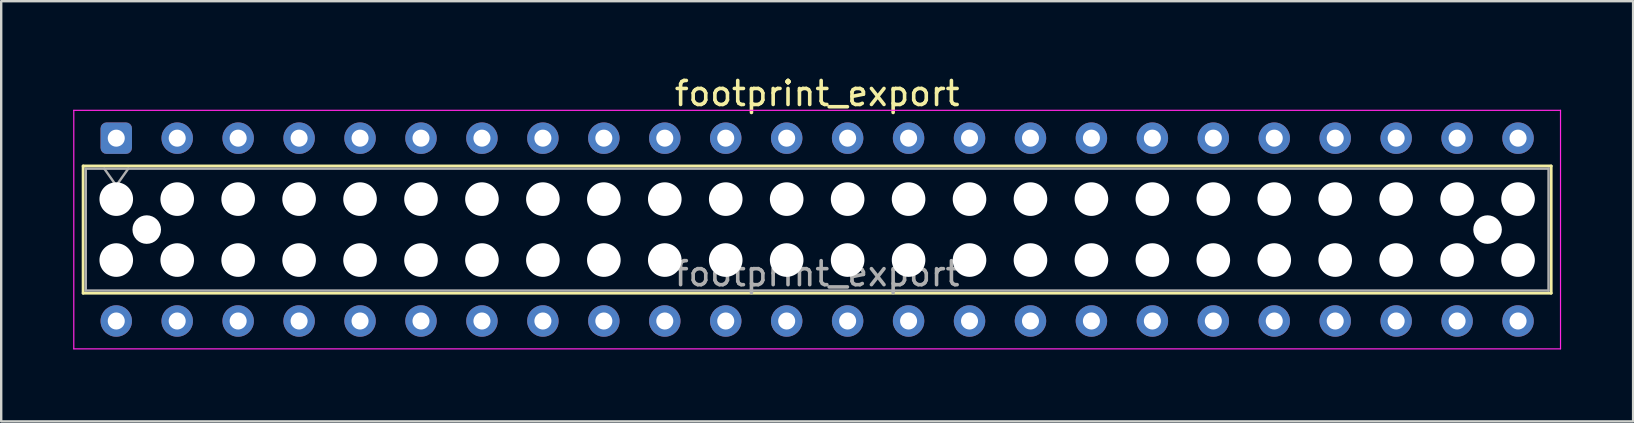
<source format=kicad_pcb>
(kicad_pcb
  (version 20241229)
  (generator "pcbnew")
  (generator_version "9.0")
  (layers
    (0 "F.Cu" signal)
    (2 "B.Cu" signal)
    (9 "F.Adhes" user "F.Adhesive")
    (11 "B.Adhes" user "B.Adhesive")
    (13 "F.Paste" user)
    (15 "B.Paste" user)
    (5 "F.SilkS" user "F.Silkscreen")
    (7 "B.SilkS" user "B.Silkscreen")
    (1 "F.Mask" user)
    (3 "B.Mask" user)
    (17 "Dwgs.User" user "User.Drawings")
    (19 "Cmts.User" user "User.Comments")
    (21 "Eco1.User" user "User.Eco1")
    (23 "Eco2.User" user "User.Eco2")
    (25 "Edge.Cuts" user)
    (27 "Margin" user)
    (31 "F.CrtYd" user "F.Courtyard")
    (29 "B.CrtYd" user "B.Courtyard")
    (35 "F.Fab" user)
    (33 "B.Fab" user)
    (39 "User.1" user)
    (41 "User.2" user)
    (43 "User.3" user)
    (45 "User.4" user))
  (footprint "footprint_export"
    (layer "F.Cu")
    (at 1.795 2.708)
    (property "Reference" "footprint_export" (at 29.21 -1.86 0) (layer "F.SilkS") (effects (font (size 1 1) (thickness 0.15))))
    (attr through_hole)
    (fp_line (start -1.38 1.16) (end 59.8 1.16) (stroke (width 0.12) (type solid)) (layer "F.SilkS"))
    (fp_line (start -1.38 6.46) (end -1.38 1.16) (stroke (width 0.12) (type solid)) (layer "F.SilkS"))
    (fp_line (start 59.8 1.16) (end 59.8 6.46) (stroke (width 0.12) (type solid)) (layer "F.SilkS"))
    (fp_line (start 59.8 6.46) (end -1.38 6.46) (stroke (width 0.12) (type solid)) (layer "F.SilkS"))
    (fp_line (start -1.77 -1.16) (end 60.19 -1.16) (stroke (width 0.05) (type solid)) (layer "F.CrtYd"))
    (fp_line (start -1.77 8.78) (end -1.77 -1.16) (stroke (width 0.05) (type solid)) (layer "F.CrtYd"))
    (fp_line (start 60.19 -1.16) (end 60.19 8.78) (stroke (width 0.05) (type solid)) (layer "F.CrtYd"))
    (fp_line (start 60.19 8.78) (end -1.77 8.78) (stroke (width 0.05) (type solid)) (layer "F.CrtYd"))
    (fp_line (start -1.27 1.27) (end 59.69 1.27) (stroke (width 0.1) (type solid)) (layer "F.Fab"))
    (fp_line (start -1.27 6.35) (end -1.27 1.27) (stroke (width 0.1) (type solid)) (layer "F.Fab"))
    (fp_line (start -0.5 1.27) (end 0 1.977) (stroke (width 0.1) (type solid)) (layer "F.Fab"))
    (fp_line (start 0 1.977) (end 0.5 1.27) (stroke (width 0.1) (type solid)) (layer "F.Fab"))
    (fp_line (start 59.69 1.27) (end 59.69 6.35) (stroke (width 0.1) (type solid)) (layer "F.Fab"))
    (fp_line (start 59.69 6.35) (end -1.27 6.35) (stroke (width 0.1) (type solid)) (layer "F.Fab"))
    (fp_text user "${REFERENCE}" (at 29.21 5.65 0) (layer "F.Fab") (effects (font (size 1 1) (thickness 0.15))))
    (pad "" np_thru_hole circle (at 0 2.54) (size 1.4 1.4) (drill 1.4) (layers "*.Cu" "*.Mask"))
    (pad "" np_thru_hole circle (at 0 5.08) (size 1.4 1.4) (drill 1.4) (layers "*.Cu" "*.Mask"))
    (pad "" np_thru_hole circle (at 1.27 3.81) (size 1.19 1.19) (drill 1.19) (layers "*.Cu" "*.Mask"))
    (pad "" np_thru_hole circle (at 2.54 2.54) (size 1.4 1.4) (drill 1.4) (layers "*.Cu" "*.Mask"))
    (pad "" np_thru_hole circle (at 2.54 5.08) (size 1.4 1.4) (drill 1.4) (layers "*.Cu" "*.Mask"))
    (pad "" np_thru_hole circle (at 5.08 2.54) (size 1.4 1.4) (drill 1.4) (layers "*.Cu" "*.Mask"))
    (pad "" np_thru_hole circle (at 5.08 5.08) (size 1.4 1.4) (drill 1.4) (layers "*.Cu" "*.Mask"))
    (pad "" np_thru_hole circle (at 7.62 2.54) (size 1.4 1.4) (drill 1.4) (layers "*.Cu" "*.Mask"))
    (pad "" np_thru_hole circle (at 7.62 5.08) (size 1.4 1.4) (drill 1.4) (layers "*.Cu" "*.Mask"))
    (pad "" np_thru_hole circle (at 10.16 2.54) (size 1.4 1.4) (drill 1.4) (layers "*.Cu" "*.Mask"))
    (pad "" np_thru_hole circle (at 10.16 5.08) (size 1.4 1.4) (drill 1.4) (layers "*.Cu" "*.Mask"))
    (pad "" np_thru_hole circle (at 12.7 2.54) (size 1.4 1.4) (drill 1.4) (layers "*.Cu" "*.Mask"))
    (pad "" np_thru_hole circle (at 12.7 5.08) (size 1.4 1.4) (drill 1.4) (layers "*.Cu" "*.Mask"))
    (pad "" np_thru_hole circle (at 15.24 2.54) (size 1.4 1.4) (drill 1.4) (layers "*.Cu" "*.Mask"))
    (pad "" np_thru_hole circle (at 15.24 5.08) (size 1.4 1.4) (drill 1.4) (layers "*.Cu" "*.Mask"))
    (pad "" np_thru_hole circle (at 17.78 2.54) (size 1.4 1.4) (drill 1.4) (layers "*.Cu" "*.Mask"))
    (pad "" np_thru_hole circle (at 17.78 5.08) (size 1.4 1.4) (drill 1.4) (layers "*.Cu" "*.Mask"))
    (pad "" np_thru_hole circle (at 20.32 2.54) (size 1.4 1.4) (drill 1.4) (layers "*.Cu" "*.Mask"))
    (pad "" np_thru_hole circle (at 20.32 5.08) (size 1.4 1.4) (drill 1.4) (layers "*.Cu" "*.Mask"))
    (pad "" np_thru_hole circle (at 22.86 2.54) (size 1.4 1.4) (drill 1.4) (layers "*.Cu" "*.Mask"))
    (pad "" np_thru_hole circle (at 22.86 5.08) (size 1.4 1.4) (drill 1.4) (layers "*.Cu" "*.Mask"))
    (pad "" np_thru_hole circle (at 25.4 2.54) (size 1.4 1.4) (drill 1.4) (layers "*.Cu" "*.Mask"))
    (pad "" np_thru_hole circle (at 25.4 5.08) (size 1.4 1.4) (drill 1.4) (layers "*.Cu" "*.Mask"))
    (pad "" np_thru_hole circle (at 27.94 2.54) (size 1.4 1.4) (drill 1.4) (layers "*.Cu" "*.Mask"))
    (pad "" np_thru_hole circle (at 27.94 5.08) (size 1.4 1.4) (drill 1.4) (layers "*.Cu" "*.Mask"))
    (pad "" np_thru_hole circle (at 30.48 2.54) (size 1.4 1.4) (drill 1.4) (layers "*.Cu" "*.Mask"))
    (pad "" np_thru_hole circle (at 30.48 5.08) (size 1.4 1.4) (drill 1.4) (layers "*.Cu" "*.Mask"))
    (pad "" np_thru_hole circle (at 33.02 2.54) (size 1.4 1.4) (drill 1.4) (layers "*.Cu" "*.Mask"))
    (pad "" np_thru_hole circle (at 33.02 5.08) (size 1.4 1.4) (drill 1.4) (layers "*.Cu" "*.Mask"))
    (pad "" np_thru_hole circle (at 35.56 2.54) (size 1.4 1.4) (drill 1.4) (layers "*.Cu" "*.Mask"))
    (pad "" np_thru_hole circle (at 35.56 5.08) (size 1.4 1.4) (drill 1.4) (layers "*.Cu" "*.Mask"))
    (pad "" np_thru_hole circle (at 38.1 2.54) (size 1.4 1.4) (drill 1.4) (layers "*.Cu" "*.Mask"))
    (pad "" np_thru_hole circle (at 38.1 5.08) (size 1.4 1.4) (drill 1.4) (layers "*.Cu" "*.Mask"))
    (pad "" np_thru_hole circle (at 40.64 2.54) (size 1.4 1.4) (drill 1.4) (layers "*.Cu" "*.Mask"))
    (pad "" np_thru_hole circle (at 40.64 5.08) (size 1.4 1.4) (drill 1.4) (layers "*.Cu" "*.Mask"))
    (pad "" np_thru_hole circle (at 43.18 2.54) (size 1.4 1.4) (drill 1.4) (layers "*.Cu" "*.Mask"))
    (pad "" np_thru_hole circle (at 43.18 5.08) (size 1.4 1.4) (drill 1.4) (layers "*.Cu" "*.Mask"))
    (pad "" np_thru_hole circle (at 45.72 2.54) (size 1.4 1.4) (drill 1.4) (layers "*.Cu" "*.Mask"))
    (pad "" np_thru_hole circle (at 45.72 5.08) (size 1.4 1.4) (drill 1.4) (layers "*.Cu" "*.Mask"))
    (pad "" np_thru_hole circle (at 48.26 2.54) (size 1.4 1.4) (drill 1.4) (layers "*.Cu" "*.Mask"))
    (pad "" np_thru_hole circle (at 48.26 5.08) (size 1.4 1.4) (drill 1.4) (layers "*.Cu" "*.Mask"))
    (pad "" np_thru_hole circle (at 50.8 2.54) (size 1.4 1.4) (drill 1.4) (layers "*.Cu" "*.Mask"))
    (pad "" np_thru_hole circle (at 50.8 5.08) (size 1.4 1.4) (drill 1.4) (layers "*.Cu" "*.Mask"))
    (pad "" np_thru_hole circle (at 53.34 2.54) (size 1.4 1.4) (drill 1.4) (layers "*.Cu" "*.Mask"))
    (pad "" np_thru_hole circle (at 53.34 5.08) (size 1.4 1.4) (drill 1.4) (layers "*.Cu" "*.Mask"))
    (pad "" np_thru_hole circle (at 55.88 2.54) (size 1.4 1.4) (drill 1.4) (layers "*.Cu" "*.Mask"))
    (pad "" np_thru_hole circle (at 55.88 5.08) (size 1.4 1.4) (drill 1.4) (layers "*.Cu" "*.Mask"))
    (pad "" np_thru_hole circle (at 57.15 3.81) (size 1.19 1.19) (drill 1.19) (layers "*.Cu" "*.Mask"))
    (pad "" np_thru_hole circle (at 58.42 2.54) (size 1.4 1.4) (drill 1.4) (layers "*.Cu" "*.Mask"))
    (pad "" np_thru_hole circle (at 58.42 5.08) (size 1.4 1.4) (drill 1.4) (layers "*.Cu" "*.Mask"))
    (pad "1" thru_hole roundrect (at 0 0) (size 1.31 1.31) (drill 0.71) (layers "*.Cu" "*.Mask") (roundrect_rratio 0.191))
    (pad "2" thru_hole circle (at 0 7.62) (size 1.31 1.31) (drill 0.71) (layers "*.Cu" "*.Mask"))
    (pad "3" thru_hole circle (at 2.54 0) (size 1.31 1.31) (drill 0.71) (layers "*.Cu" "*.Mask"))
    (pad "4" thru_hole circle (at 2.54 7.62) (size 1.31 1.31) (drill 0.71) (layers "*.Cu" "*.Mask"))
    (pad "5" thru_hole circle (at 5.08 0) (size 1.31 1.31) (drill 0.71) (layers "*.Cu" "*.Mask"))
    (pad "6" thru_hole circle (at 5.08 7.62) (size 1.31 1.31) (drill 0.71) (layers "*.Cu" "*.Mask"))
    (pad "7" thru_hole circle (at 7.62 0) (size 1.31 1.31) (drill 0.71) (layers "*.Cu" "*.Mask"))
    (pad "8" thru_hole circle (at 7.62 7.62) (size 1.31 1.31) (drill 0.71) (layers "*.Cu" "*.Mask"))
    (pad "9" thru_hole circle (at 10.16 0) (size 1.31 1.31) (drill 0.71) (layers "*.Cu" "*.Mask"))
    (pad "10" thru_hole circle (at 10.16 7.62) (size 1.31 1.31) (drill 0.71) (layers "*.Cu" "*.Mask"))
    (pad "11" thru_hole circle (at 12.7 0) (size 1.31 1.31) (drill 0.71) (layers "*.Cu" "*.Mask"))
    (pad "12" thru_hole circle (at 12.7 7.62) (size 1.31 1.31) (drill 0.71) (layers "*.Cu" "*.Mask"))
    (pad "13" thru_hole circle (at 15.24 0) (size 1.31 1.31) (drill 0.71) (layers "*.Cu" "*.Mask"))
    (pad "14" thru_hole circle (at 15.24 7.62) (size 1.31 1.31) (drill 0.71) (layers "*.Cu" "*.Mask"))
    (pad "15" thru_hole circle (at 17.78 0) (size 1.31 1.31) (drill 0.71) (layers "*.Cu" "*.Mask"))
    (pad "16" thru_hole circle (at 17.78 7.62) (size 1.31 1.31) (drill 0.71) (layers "*.Cu" "*.Mask"))
    (pad "17" thru_hole circle (at 20.32 0) (size 1.31 1.31) (drill 0.71) (layers "*.Cu" "*.Mask"))
    (pad "18" thru_hole circle (at 20.32 7.62) (size 1.31 1.31) (drill 0.71) (layers "*.Cu" "*.Mask"))
    (pad "19" thru_hole circle (at 22.86 0) (size 1.31 1.31) (drill 0.71) (layers "*.Cu" "*.Mask"))
    (pad "20" thru_hole circle (at 22.86 7.62) (size 1.31 1.31) (drill 0.71) (layers "*.Cu" "*.Mask"))
    (pad "21" thru_hole circle (at 25.4 0) (size 1.31 1.31) (drill 0.71) (layers "*.Cu" "*.Mask"))
    (pad "22" thru_hole circle (at 25.4 7.62) (size 1.31 1.31) (drill 0.71) (layers "*.Cu" "*.Mask"))
    (pad "23" thru_hole circle (at 27.94 0) (size 1.31 1.31) (drill 0.71) (layers "*.Cu" "*.Mask"))
    (pad "24" thru_hole circle (at 27.94 7.62) (size 1.31 1.31) (drill 0.71) (layers "*.Cu" "*.Mask"))
    (pad "25" thru_hole circle (at 30.48 0) (size 1.31 1.31) (drill 0.71) (layers "*.Cu" "*.Mask"))
    (pad "26" thru_hole circle (at 30.48 7.62) (size 1.31 1.31) (drill 0.71) (layers "*.Cu" "*.Mask"))
    (pad "27" thru_hole circle (at 33.02 0) (size 1.31 1.31) (drill 0.71) (layers "*.Cu" "*.Mask"))
    (pad "28" thru_hole circle (at 33.02 7.62) (size 1.31 1.31) (drill 0.71) (layers "*.Cu" "*.Mask"))
    (pad "29" thru_hole circle (at 35.56 0) (size 1.31 1.31) (drill 0.71) (layers "*.Cu" "*.Mask"))
    (pad "30" thru_hole circle (at 35.56 7.62) (size 1.31 1.31) (drill 0.71) (layers "*.Cu" "*.Mask"))
    (pad "31" thru_hole circle (at 38.1 0) (size 1.31 1.31) (drill 0.71) (layers "*.Cu" "*.Mask"))
    (pad "32" thru_hole circle (at 38.1 7.62) (size 1.31 1.31) (drill 0.71) (layers "*.Cu" "*.Mask"))
    (pad "33" thru_hole circle (at 40.64 0) (size 1.31 1.31) (drill 0.71) (layers "*.Cu" "*.Mask"))
    (pad "34" thru_hole circle (at 40.64 7.62) (size 1.31 1.31) (drill 0.71) (layers "*.Cu" "*.Mask"))
    (pad "35" thru_hole circle (at 43.18 0) (size 1.31 1.31) (drill 0.71) (layers "*.Cu" "*.Mask"))
    (pad "36" thru_hole circle (at 43.18 7.62) (size 1.31 1.31) (drill 0.71) (layers "*.Cu" "*.Mask"))
    (pad "37" thru_hole circle (at 45.72 0) (size 1.31 1.31) (drill 0.71) (layers "*.Cu" "*.Mask"))
    (pad "38" thru_hole circle (at 45.72 7.62) (size 1.31 1.31) (drill 0.71) (layers "*.Cu" "*.Mask"))
    (pad "39" thru_hole circle (at 48.26 0) (size 1.31 1.31) (drill 0.71) (layers "*.Cu" "*.Mask"))
    (pad "40" thru_hole circle (at 48.26 7.62) (size 1.31 1.31) (drill 0.71) (layers "*.Cu" "*.Mask"))
    (pad "41" thru_hole circle (at 50.8 0) (size 1.31 1.31) (drill 0.71) (layers "*.Cu" "*.Mask"))
    (pad "42" thru_hole circle (at 50.8 7.62) (size 1.31 1.31) (drill 0.71) (layers "*.Cu" "*.Mask"))
    (pad "43" thru_hole circle (at 53.34 0) (size 1.31 1.31) (drill 0.71) (layers "*.Cu" "*.Mask"))
    (pad "44" thru_hole circle (at 53.34 7.62) (size 1.31 1.31) (drill 0.71) (layers "*.Cu" "*.Mask"))
    (pad "45" thru_hole circle (at 55.88 0) (size 1.31 1.31) (drill 0.71) (layers "*.Cu" "*.Mask"))
    (pad "46" thru_hole circle (at 55.88 7.62) (size 1.31 1.31) (drill 0.71) (layers "*.Cu" "*.Mask"))
    (pad "47" thru_hole circle (at 58.42 0) (size 1.31 1.31) (drill 0.71) (layers "*.Cu" "*.Mask"))
    (pad "48" thru_hole circle (at 58.42 7.62) (size 1.31 1.31) (drill 0.71) (layers "*.Cu" "*.Mask")))
  (gr_rect
    (start -3 -3)
    (end 65.01 14.513)
    (stroke (width 0.1) (type default))
    (fill no)
    (layer "Edge.Cuts")))
</source>
